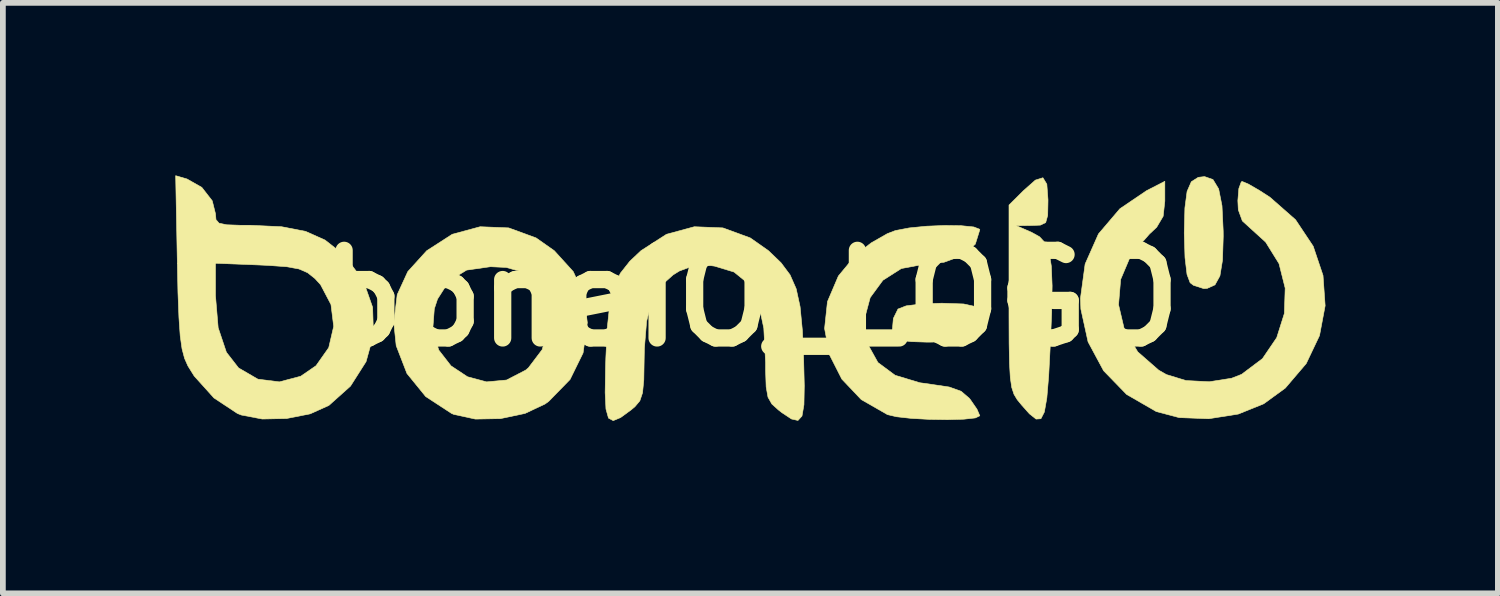
<source format=kicad_pcb>
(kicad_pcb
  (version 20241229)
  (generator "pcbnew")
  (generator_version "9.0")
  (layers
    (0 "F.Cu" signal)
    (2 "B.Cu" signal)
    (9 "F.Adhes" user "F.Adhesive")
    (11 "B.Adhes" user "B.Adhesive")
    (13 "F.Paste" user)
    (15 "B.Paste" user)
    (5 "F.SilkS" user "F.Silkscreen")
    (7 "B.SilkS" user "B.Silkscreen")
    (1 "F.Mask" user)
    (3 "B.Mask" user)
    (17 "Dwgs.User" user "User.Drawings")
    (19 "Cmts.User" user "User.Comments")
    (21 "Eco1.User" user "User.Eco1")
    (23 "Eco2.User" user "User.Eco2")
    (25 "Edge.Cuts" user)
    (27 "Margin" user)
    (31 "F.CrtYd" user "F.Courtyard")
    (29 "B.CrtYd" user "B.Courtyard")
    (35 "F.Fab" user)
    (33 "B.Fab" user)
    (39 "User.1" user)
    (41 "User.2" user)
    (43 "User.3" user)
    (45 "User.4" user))
  (footprint "boneIO_LOGO"
    (layer "F.Cu")
    (at 10.01 2.138)
    (property "Reference" "boneIO_LOGO" (at 0 0 0) (layer "F.SilkS") (effects (font (size 1.524 1.524) (thickness 0.3))))
    (attr through_hole)
    (fp_poly (pts (xy 3.697 0.098) (xy 3.917 0.146) (xy 3.99 0.237) (xy 3.924 0.384) (xy 3.772 0.554) (xy 3.618 0.677) (xy 3.435 0.74) (xy 3.162 0.761) (xy 3.066 0.762) (xy 2.789 0.753) (xy 2.585 0.73) (xy 2.512 0.706) (xy 2.458 0.555) (xy 2.476 0.35) (xy 2.556 0.187) (xy 2.557 0.186) (xy 2.699 0.131) (xy 2.977 0.096) (xy 3.319 0.085) (xy 3.697 0.098)) (stroke (width 0.01) (type solid)) (fill yes) (layer "F.SilkS"))
    (fp_poly (pts (xy 8.034 -2.066) (xy 8.133 -1.903) (xy 8.191 -1.61) (xy 8.212 -1.171) (xy 8.213 -1.081) (xy 8.2 -0.664) (xy 8.155 -0.39) (xy 8.069 -0.234) (xy 7.934 -0.173) (xy 7.874 -0.169) (xy 7.696 -0.226) (xy 7.637 -0.271) (xy 7.583 -0.415) (xy 7.548 -0.708) (xy 7.535 -1.129) (xy 7.535 -1.143) (xy 7.546 -1.572) (xy 7.584 -1.859) (xy 7.658 -2.028) (xy 7.778 -2.104) (xy 7.888 -2.117) (xy 8.034 -2.066)) (stroke (width 0.01) (type solid)) (fill yes) (layer "F.SilkS"))
    (fp_poly (pts (xy 5.145 -1.985) (xy 5.165 -1.715) (xy 5.165 -1.693) (xy 5.16 -1.443) (xy 5.125 -1.317) (xy 5.033 -1.273) (xy 4.889 -1.267) (xy 4.614 -1.263) (xy 4.881 -1.147) (xy 5.018 -1.071) (xy 5.118 -0.963) (xy 5.185 -0.801) (xy 5.223 -0.56) (xy 5.237 -0.219) (xy 5.229 0.247) (xy 5.205 0.813) (xy 5.177 1.351) (xy 5.145 1.734) (xy 5.102 1.977) (xy 5.042 2.094) (xy 4.958 2.1) (xy 4.843 2.009) (xy 4.707 1.856) (xy 4.63 1.762) (xy 4.574 1.669) (xy 4.535 1.551) (xy 4.51 1.382) (xy 4.496 1.136) (xy 4.489 0.787) (xy 4.487 0.309) (xy 4.487 -0.013) (xy 4.487 -1.622) (xy 4.735 -1.869) (xy 4.946 -2.056) (xy 5.077 -2.097) (xy 5.145 -1.985)) (stroke (width 0.01) (type solid)) (fill yes) (layer "F.SilkS"))
    (fp_poly (pts (xy 3.657 -1.263) (xy 3.875 -1.241) (xy 3.977 -1.201) (xy 3.979 -1.192) (xy 3.901 -0.942) (xy 3.685 -0.748) (xy 3.356 -0.627) (xy 3.013 -0.593) (xy 2.614 -0.518) (xy 2.294 -0.314) (xy 2.073 -0.013) (xy 1.974 0.357) (xy 2.019 0.764) (xy 2.03 0.797) (xy 2.208 1.117) (xy 2.506 1.338) (xy 2.936 1.468) (xy 3.129 1.495) (xy 3.45 1.543) (xy 3.655 1.617) (xy 3.796 1.738) (xy 3.814 1.76) (xy 3.93 1.928) (xy 3.979 2.042) (xy 3.979 2.043) (xy 3.902 2.08) (xy 3.701 2.102) (xy 3.418 2.11) (xy 3.1 2.105) (xy 2.788 2.088) (xy 2.529 2.059) (xy 2.373 2.022) (xy 1.918 1.761) (xy 1.58 1.405) (xy 1.366 0.984) (xy 1.28 0.525) (xy 1.33 0.058) (xy 1.52 -0.388) (xy 1.826 -0.758) (xy 2.089 -0.963) (xy 2.37 -1.124) (xy 2.51 -1.178) (xy 2.749 -1.224) (xy 3.05 -1.254) (xy 3.367 -1.267) (xy 3.657 -1.263)) (stroke (width 0.01) (type solid)) (fill yes) (layer "F.SilkS"))
    (fp_poly (pts (xy -4.214 -1.225) (xy -3.738 -1.051) (xy -3.422 -0.829) (xy -3.091 -0.465) (xy -2.907 -0.063) (xy -2.846 0.423) (xy -2.92 0.95) (xy -3.147 1.412) (xy -3.517 1.791) (xy -3.58 1.837) (xy -3.93 2.002) (xy -4.357 2.092) (xy -4.793 2.1) (xy -5.167 2.019) (xy -5.207 2.002) (xy -5.657 1.708) (xy -5.983 1.307) (xy -6.17 0.823) (xy -6.197 0.564) (xy -5.536 0.564) (xy -5.429 0.901) (xy -5.217 1.174) (xy -4.93 1.364) (xy -4.598 1.453) (xy -4.251 1.421) (xy -3.919 1.249) (xy -3.871 1.209) (xy -3.631 0.892) (xy -3.529 0.52) (xy -3.566 0.136) (xy -3.742 -0.216) (xy -3.858 -0.344) (xy -4.038 -0.475) (xy -4.255 -0.537) (xy -4.53 -0.55) (xy -4.945 -0.491) (xy -5.248 -0.306) (xy -5.451 0.012) (xy -5.507 0.182) (xy -5.536 0.564) (xy -6.197 0.564) (xy -6.211 0.423) (xy -6.152 -0.064) (xy -5.968 -0.465) (xy -5.638 -0.829) (xy -5.637 -0.829) (xy -5.195 -1.114) (xy -4.71 -1.245) (xy -4.214 -1.225)) (stroke (width 0.01) (type solid)) (fill yes) (layer "F.SilkS"))
    (fp_poly (pts (xy 7.197 -1.69) (xy 7.168 -1.427) (xy 7.055 -1.236) (xy 6.93 -1.119) (xy 6.607 -0.75) (xy 6.429 -0.33) (xy 6.392 0.111) (xy 6.493 0.541) (xy 6.726 0.931) (xy 7.09 1.249) (xy 7.224 1.326) (xy 7.565 1.43) (xy 7.97 1.451) (xy 8.358 1.39) (xy 8.532 1.322) (xy 8.895 1.049) (xy 9.143 0.684) (xy 9.276 0.263) (xy 9.29 -0.177) (xy 9.183 -0.603) (xy 8.951 -0.977) (xy 8.723 -1.184) (xy 8.545 -1.346) (xy 8.475 -1.539) (xy 8.467 -1.699) (xy 8.484 -1.909) (xy 8.526 -2.024) (xy 8.542 -2.032) (xy 8.648 -1.988) (xy 8.845 -1.874) (xy 9.026 -1.757) (xy 9.47 -1.367) (xy 9.777 -0.906) (xy 9.948 -0.398) (xy 9.985 0.129) (xy 9.887 0.648) (xy 9.656 1.134) (xy 9.292 1.561) (xy 8.917 1.834) (xy 8.474 2.013) (xy 7.96 2.094) (xy 7.445 2.074) (xy 7.048 1.969) (xy 6.532 1.671) (xy 6.132 1.259) (xy 5.862 0.757) (xy 5.737 0.187) (xy 5.73 -0.001) (xy 5.811 -0.596) (xy 6.043 -1.12) (xy 6.416 -1.558) (xy 6.879 -1.872) (xy 7.197 -2.035) (xy 7.197 -1.69)) (stroke (width 0.01) (type solid)) (fill yes) (layer "F.SilkS"))
    (fp_poly (pts (xy -0.489 -1.225) (xy -0.013 -1.051) (xy 0.303 -0.829) (xy 0.522 -0.619) (xy 0.679 -0.409) (xy 0.786 -0.166) (xy 0.854 0.146) (xy 0.894 0.562) (xy 0.915 1.037) (xy 0.927 1.52) (xy 0.921 1.851) (xy 0.887 2.047) (xy 0.817 2.124) (xy 0.705 2.099) (xy 0.54 1.99) (xy 0.477 1.941) (xy 0.363 1.838) (xy 0.296 1.72) (xy 0.264 1.542) (xy 0.254 1.258) (xy 0.254 1.116) (xy 0.223 0.52) (xy 0.127 0.068) (xy -0.042 -0.252) (xy -0.294 -0.457) (xy -0.634 -0.56) (xy -0.693 -0.568) (xy -0.994 -0.569) (xy -1.246 -0.475) (xy -1.355 -0.407) (xy -1.576 -0.21) (xy -1.726 0.048) (xy -1.815 0.398) (xy -1.854 0.872) (xy -1.858 1.073) (xy -1.864 1.421) (xy -1.886 1.643) (xy -1.933 1.783) (xy -2.019 1.885) (xy -2.086 1.941) (xy -2.268 2.074) (xy -2.396 2.127) (xy -2.478 2.083) (xy -2.522 1.926) (xy -2.536 1.639) (xy -2.529 1.205) (xy -2.524 1.037) (xy -2.498 0.502) (xy -2.455 0.101) (xy -2.383 -0.2) (xy -2.271 -0.437) (xy -2.107 -0.645) (xy -1.912 -0.829) (xy -1.469 -1.114) (xy -0.985 -1.245) (xy -0.489 -1.225)) (stroke (width 0.01) (type solid)) (fill yes) (layer "F.SilkS"))
    (fp_poly (pts (xy -9.807 -2.075) (xy -9.55 -1.929) (xy -9.369 -1.696) (xy -9.313 -1.472) (xy -9.304 -1.368) (xy -9.251 -1.307) (xy -9.119 -1.279) (xy -8.872 -1.27) (xy -8.7 -1.27) (xy -8.162 -1.245) (xy -7.745 -1.164) (xy -7.407 -1.013) (xy -7.105 -0.776) (xy -7.057 -0.73) (xy -6.743 -0.308) (xy -6.58 0.156) (xy -6.565 0.635) (xy -6.694 1.101) (xy -6.965 1.527) (xy -7.341 1.863) (xy -7.666 2.009) (xy -8.076 2.09) (xy -8.499 2.099) (xy -8.865 2.029) (xy -8.932 2.002) (xy -9.339 1.733) (xy -9.683 1.351) (xy -9.792 1.176) (xy -9.85 1.045) (xy -9.894 0.88) (xy -9.926 0.654) (xy -9.948 0.338) (xy -9.963 -0.048) (xy -9.313 -0.048) (xy -9.266 0.512) (xy -9.123 0.938) (xy -8.911 1.211) (xy -8.575 1.406) (xy -8.201 1.453) (xy -7.83 1.355) (xy -7.564 1.172) (xy -7.343 0.858) (xy -7.257 0.488) (xy -7.304 0.108) (xy -7.485 -0.237) (xy -7.584 -0.345) (xy -7.712 -0.446) (xy -7.862 -0.511) (xy -8.078 -0.55) (xy -8.403 -0.573) (xy -8.558 -0.58) (xy -9.313 -0.61) (xy -9.313 -0.048) (xy -9.963 -0.048) (xy -9.965 -0.095) (xy -9.976 -0.622) (xy -10.005 -2.133) (xy -9.807 -2.075)) (stroke (width 0.01) (type solid)) (fill yes) (layer "F.SilkS")))
  (gr_rect
    (start -3 -3)
    (end 22.999 7.269)
    (stroke (width 0.1) (type default))
    (fill no)
    (layer "Edge.Cuts")))
</source>
